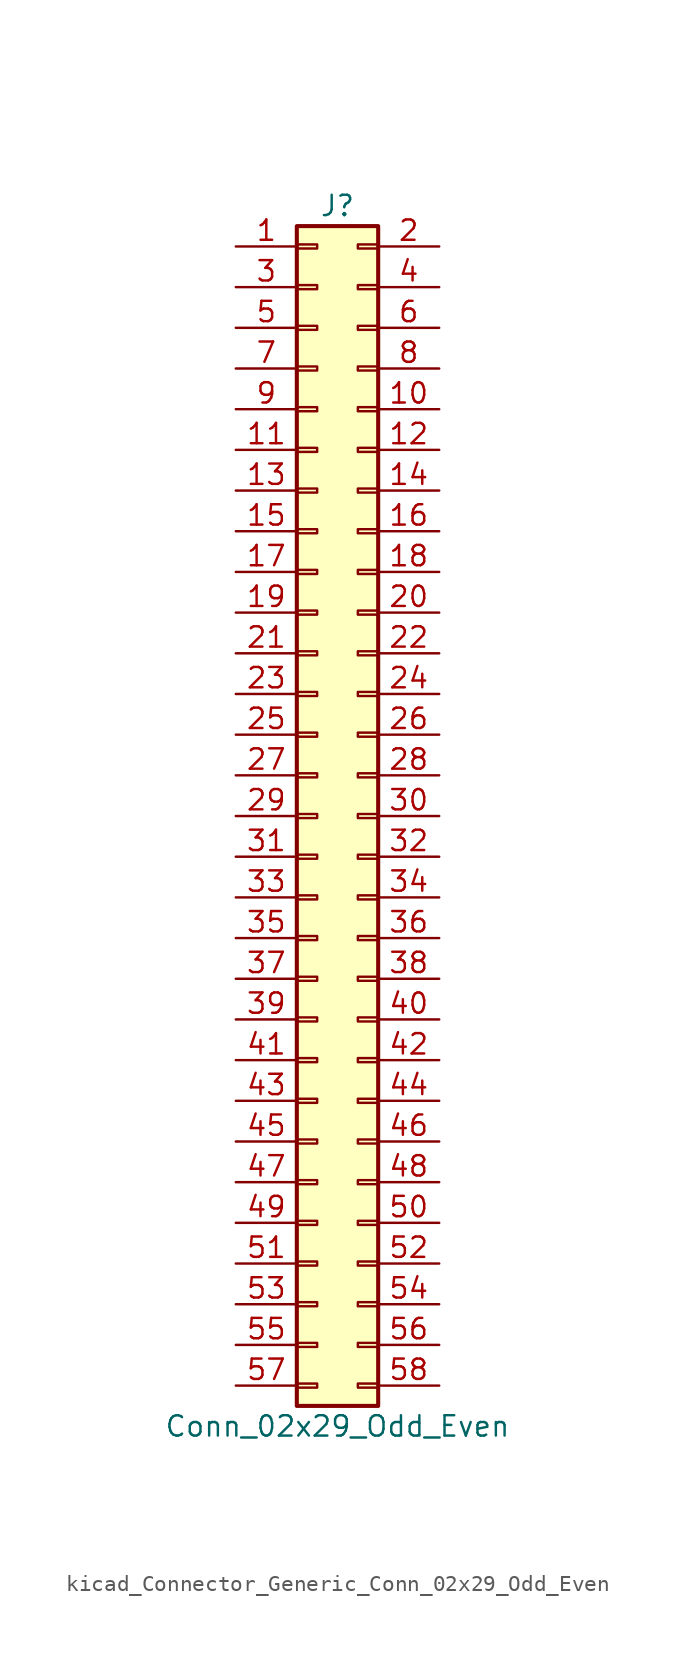
<source format=kicad_sym>
(kicad_symbol_lib
  (version 20220914)
  (generator kicad_symbol_editor)
  (symbol "kicad_Connector_Generic_Conn_02x29_Odd_Even"
    (pin_names
      (offset 1.016) hide)
    (property "Reference" "J"
      (at 1.27 38.1 0)
      (effects (font (size 1.27 1.27))))
    (property "Value" "Conn_02x29_Odd_Even"
      (at 1.27 -38.1 0)
      (effects (font (size 1.27 1.27))))
    (symbol "kicad_Connector_Generic_Conn_02x29_Odd_Even_1_1"
      (rectangle (start -1.27 -35.433) (end 0 -35.687) (stroke (width 0.152) (type default)) (fill (type none)))
      (rectangle (start -1.27 -32.893) (end 0 -33.147) (stroke (width 0.152) (type default)) (fill (type none)))
      (rectangle (start -1.27 -30.353) (end 0 -30.607) (stroke (width 0.152) (type default)) (fill (type none)))
      (rectangle (start -1.27 -27.813) (end 0 -28.067) (stroke (width 0.152) (type default)) (fill (type none)))
      (rectangle (start -1.27 -25.273) (end 0 -25.527) (stroke (width 0.152) (type default)) (fill (type none)))
      (rectangle (start -1.27 -22.733) (end 0 -22.987) (stroke (width 0.152) (type default)) (fill (type none)))
      (rectangle (start -1.27 -20.193) (end 0 -20.447) (stroke (width 0.152) (type default)) (fill (type none)))
      (rectangle (start -1.27 -17.653) (end 0 -17.907) (stroke (width 0.152) (type default)) (fill (type none)))
      (rectangle (start -1.27 -15.113) (end 0 -15.367) (stroke (width 0.152) (type default)) (fill (type none)))
      (rectangle (start -1.27 -12.573) (end 0 -12.827) (stroke (width 0.152) (type default)) (fill (type none)))
      (rectangle (start -1.27 -10.033) (end 0 -10.287) (stroke (width 0.152) (type default)) (fill (type none)))
      (rectangle (start -1.27 -7.493) (end 0 -7.747) (stroke (width 0.152) (type default)) (fill (type none)))
      (rectangle (start -1.27 -4.953) (end 0 -5.207) (stroke (width 0.152) (type default)) (fill (type none)))
      (rectangle (start -1.27 -2.413) (end 0 -2.667) (stroke (width 0.152) (type default)) (fill (type none)))
      (rectangle (start -1.27 0.127) (end 0 -0.127) (stroke (width 0.152) (type default)) (fill (type none)))
      (rectangle (start -1.27 2.667) (end 0 2.413) (stroke (width 0.152) (type default)) (fill (type none)))
      (rectangle (start -1.27 5.207) (end 0 4.953) (stroke (width 0.152) (type default)) (fill (type none)))
      (rectangle (start -1.27 7.747) (end 0 7.493) (stroke (width 0.152) (type default)) (fill (type none)))
      (rectangle (start -1.27 10.287) (end 0 10.033) (stroke (width 0.152) (type default)) (fill (type none)))
      (rectangle (start -1.27 12.827) (end 0 12.573) (stroke (width 0.152) (type default)) (fill (type none)))
      (rectangle (start -1.27 15.367) (end 0 15.113) (stroke (width 0.152) (type default)) (fill (type none)))
      (rectangle (start -1.27 17.907) (end 0 17.653) (stroke (width 0.152) (type default)) (fill (type none)))
      (rectangle (start -1.27 20.447) (end 0 20.193) (stroke (width 0.152) (type default)) (fill (type none)))
      (rectangle (start -1.27 22.987) (end 0 22.733) (stroke (width 0.152) (type default)) (fill (type none)))
      (rectangle (start -1.27 25.527) (end 0 25.273) (stroke (width 0.152) (type default)) (fill (type none)))
      (rectangle (start -1.27 28.067) (end 0 27.813) (stroke (width 0.152) (type default)) (fill (type none)))
      (rectangle (start -1.27 30.607) (end 0 30.353) (stroke (width 0.152) (type default)) (fill (type none)))
      (rectangle (start -1.27 33.147) (end 0 32.893) (stroke (width 0.152) (type default)) (fill (type none)))
      (rectangle (start -1.27 35.687) (end 0 35.433) (stroke (width 0.152) (type default)) (fill (type none)))
      (rectangle (start -1.27 36.83) (end 3.81 -36.83) (stroke (width 0.254) (type default)) (fill (type background)))
      (rectangle (start 3.81 -35.433) (end 2.54 -35.687) (stroke (width 0.152) (type default)) (fill (type none)))
      (rectangle (start 3.81 -32.893) (end 2.54 -33.147) (stroke (width 0.152) (type default)) (fill (type none)))
      (rectangle (start 3.81 -30.353) (end 2.54 -30.607) (stroke (width 0.152) (type default)) (fill (type none)))
      (rectangle (start 3.81 -27.813) (end 2.54 -28.067) (stroke (width 0.152) (type default)) (fill (type none)))
      (rectangle (start 3.81 -25.273) (end 2.54 -25.527) (stroke (width 0.152) (type default)) (fill (type none)))
      (rectangle (start 3.81 -22.733) (end 2.54 -22.987) (stroke (width 0.152) (type default)) (fill (type none)))
      (rectangle (start 3.81 -20.193) (end 2.54 -20.447) (stroke (width 0.152) (type default)) (fill (type none)))
      (rectangle (start 3.81 -17.653) (end 2.54 -17.907) (stroke (width 0.152) (type default)) (fill (type none)))
      (rectangle (start 3.81 -15.113) (end 2.54 -15.367) (stroke (width 0.152) (type default)) (fill (type none)))
      (rectangle (start 3.81 -12.573) (end 2.54 -12.827) (stroke (width 0.152) (type default)) (fill (type none)))
      (rectangle (start 3.81 -10.033) (end 2.54 -10.287) (stroke (width 0.152) (type default)) (fill (type none)))
      (rectangle (start 3.81 -7.493) (end 2.54 -7.747) (stroke (width 0.152) (type default)) (fill (type none)))
      (rectangle (start 3.81 -4.953) (end 2.54 -5.207) (stroke (width 0.152) (type default)) (fill (type none)))
      (rectangle (start 3.81 -2.413) (end 2.54 -2.667) (stroke (width 0.152) (type default)) (fill (type none)))
      (rectangle (start 3.81 0.127) (end 2.54 -0.127) (stroke (width 0.152) (type default)) (fill (type none)))
      (rectangle (start 3.81 2.667) (end 2.54 2.413) (stroke (width 0.152) (type default)) (fill (type none)))
      (rectangle (start 3.81 5.207) (end 2.54 4.953) (stroke (width 0.152) (type default)) (fill (type none)))
      (rectangle (start 3.81 7.747) (end 2.54 7.493) (stroke (width 0.152) (type default)) (fill (type none)))
      (rectangle (start 3.81 10.287) (end 2.54 10.033) (stroke (width 0.152) (type default)) (fill (type none)))
      (rectangle (start 3.81 12.827) (end 2.54 12.573) (stroke (width 0.152) (type default)) (fill (type none)))
      (rectangle (start 3.81 15.367) (end 2.54 15.113) (stroke (width 0.152) (type default)) (fill (type none)))
      (rectangle (start 3.81 17.907) (end 2.54 17.653) (stroke (width 0.152) (type default)) (fill (type none)))
      (rectangle (start 3.81 20.447) (end 2.54 20.193) (stroke (width 0.152) (type default)) (fill (type none)))
      (rectangle (start 3.81 22.987) (end 2.54 22.733) (stroke (width 0.152) (type default)) (fill (type none)))
      (rectangle (start 3.81 25.527) (end 2.54 25.273) (stroke (width 0.152) (type default)) (fill (type none)))
      (rectangle (start 3.81 28.067) (end 2.54 27.813) (stroke (width 0.152) (type default)) (fill (type none)))
      (rectangle (start 3.81 30.607) (end 2.54 30.353) (stroke (width 0.152) (type default)) (fill (type none)))
      (rectangle (start 3.81 33.147) (end 2.54 32.893) (stroke (width 0.152) (type default)) (fill (type none)))
      (rectangle (start 3.81 35.687) (end 2.54 35.433) (stroke (width 0.152) (type default)) (fill (type none)))
      (pin passive line (at -5.08 35.56 0) (length 3.81) (name "Pin_1" (effects (font (size 1.27 1.27)))) (number "1" (effects (font (size 1.27 1.27)))))
      (pin passive line (at 7.62 25.4 180) (length 3.81) (name "Pin_10" (effects (font (size 1.27 1.27)))) (number "10" (effects (font (size 1.27 1.27)))))
      (pin passive line (at -5.08 22.86 0) (length 3.81) (name "Pin_11" (effects (font (size 1.27 1.27)))) (number "11" (effects (font (size 1.27 1.27)))))
      (pin passive line (at 7.62 22.86 180) (length 3.81) (name "Pin_12" (effects (font (size 1.27 1.27)))) (number "12" (effects (font (size 1.27 1.27)))))
      (pin passive line (at -5.08 20.32 0) (length 3.81) (name "Pin_13" (effects (font (size 1.27 1.27)))) (number "13" (effects (font (size 1.27 1.27)))))
      (pin passive line (at 7.62 20.32 180) (length 3.81) (name "Pin_14" (effects (font (size 1.27 1.27)))) (number "14" (effects (font (size 1.27 1.27)))))
      (pin passive line (at -5.08 17.78 0) (length 3.81) (name "Pin_15" (effects (font (size 1.27 1.27)))) (number "15" (effects (font (size 1.27 1.27)))))
      (pin passive line (at 7.62 17.78 180) (length 3.81) (name "Pin_16" (effects (font (size 1.27 1.27)))) (number "16" (effects (font (size 1.27 1.27)))))
      (pin passive line (at -5.08 15.24 0) (length 3.81) (name "Pin_17" (effects (font (size 1.27 1.27)))) (number "17" (effects (font (size 1.27 1.27)))))
      (pin passive line (at 7.62 15.24 180) (length 3.81) (name "Pin_18" (effects (font (size 1.27 1.27)))) (number "18" (effects (font (size 1.27 1.27)))))
      (pin passive line (at -5.08 12.7 0) (length 3.81) (name "Pin_19" (effects (font (size 1.27 1.27)))) (number "19" (effects (font (size 1.27 1.27)))))
      (pin passive line (at 7.62 35.56 180) (length 3.81) (name "Pin_2" (effects (font (size 1.27 1.27)))) (number "2" (effects (font (size 1.27 1.27)))))
      (pin passive line (at 7.62 12.7 180) (length 3.81) (name "Pin_20" (effects (font (size 1.27 1.27)))) (number "20" (effects (font (size 1.27 1.27)))))
      (pin passive line (at -5.08 10.16 0) (length 3.81) (name "Pin_21" (effects (font (size 1.27 1.27)))) (number "21" (effects (font (size 1.27 1.27)))))
      (pin passive line (at 7.62 10.16 180) (length 3.81) (name "Pin_22" (effects (font (size 1.27 1.27)))) (number "22" (effects (font (size 1.27 1.27)))))
      (pin passive line (at -5.08 7.62 0) (length 3.81) (name "Pin_23" (effects (font (size 1.27 1.27)))) (number "23" (effects (font (size 1.27 1.27)))))
      (pin passive line (at 7.62 7.62 180) (length 3.81) (name "Pin_24" (effects (font (size 1.27 1.27)))) (number "24" (effects (font (size 1.27 1.27)))))
      (pin passive line (at -5.08 5.08 0) (length 3.81) (name "Pin_25" (effects (font (size 1.27 1.27)))) (number "25" (effects (font (size 1.27 1.27)))))
      (pin passive line (at 7.62 5.08 180) (length 3.81) (name "Pin_26" (effects (font (size 1.27 1.27)))) (number "26" (effects (font (size 1.27 1.27)))))
      (pin passive line (at -5.08 2.54 0) (length 3.81) (name "Pin_27" (effects (font (size 1.27 1.27)))) (number "27" (effects (font (size 1.27 1.27)))))
      (pin passive line (at 7.62 2.54 180) (length 3.81) (name "Pin_28" (effects (font (size 1.27 1.27)))) (number "28" (effects (font (size 1.27 1.27)))))
      (pin passive line (at -5.08 0 0) (length 3.81) (name "Pin_29" (effects (font (size 1.27 1.27)))) (number "29" (effects (font (size 1.27 1.27)))))
      (pin passive line (at -5.08 33.02 0) (length 3.81) (name "Pin_3" (effects (font (size 1.27 1.27)))) (number "3" (effects (font (size 1.27 1.27)))))
      (pin passive line (at 7.62 0 180) (length 3.81) (name "Pin_30" (effects (font (size 1.27 1.27)))) (number "30" (effects (font (size 1.27 1.27)))))
      (pin passive line (at -5.08 -2.54 0) (length 3.81) (name "Pin_31" (effects (font (size 1.27 1.27)))) (number "31" (effects (font (size 1.27 1.27)))))
      (pin passive line (at 7.62 -2.54 180) (length 3.81) (name "Pin_32" (effects (font (size 1.27 1.27)))) (number "32" (effects (font (size 1.27 1.27)))))
      (pin passive line (at -5.08 -5.08 0) (length 3.81) (name "Pin_33" (effects (font (size 1.27 1.27)))) (number "33" (effects (font (size 1.27 1.27)))))
      (pin passive line (at 7.62 -5.08 180) (length 3.81) (name "Pin_34" (effects (font (size 1.27 1.27)))) (number "34" (effects (font (size 1.27 1.27)))))
      (pin passive line (at -5.08 -7.62 0) (length 3.81) (name "Pin_35" (effects (font (size 1.27 1.27)))) (number "35" (effects (font (size 1.27 1.27)))))
      (pin passive line (at 7.62 -7.62 180) (length 3.81) (name "Pin_36" (effects (font (size 1.27 1.27)))) (number "36" (effects (font (size 1.27 1.27)))))
      (pin passive line (at -5.08 -10.16 0) (length 3.81) (name "Pin_37" (effects (font (size 1.27 1.27)))) (number "37" (effects (font (size 1.27 1.27)))))
      (pin passive line (at 7.62 -10.16 180) (length 3.81) (name "Pin_38" (effects (font (size 1.27 1.27)))) (number "38" (effects (font (size 1.27 1.27)))))
      (pin passive line (at -5.08 -12.7 0) (length 3.81) (name "Pin_39" (effects (font (size 1.27 1.27)))) (number "39" (effects (font (size 1.27 1.27)))))
      (pin passive line (at 7.62 33.02 180) (length 3.81) (name "Pin_4" (effects (font (size 1.27 1.27)))) (number "4" (effects (font (size 1.27 1.27)))))
      (pin passive line (at 7.62 -12.7 180) (length 3.81) (name "Pin_40" (effects (font (size 1.27 1.27)))) (number "40" (effects (font (size 1.27 1.27)))))
      (pin passive line (at -5.08 -15.24 0) (length 3.81) (name "Pin_41" (effects (font (size 1.27 1.27)))) (number "41" (effects (font (size 1.27 1.27)))))
      (pin passive line (at 7.62 -15.24 180) (length 3.81) (name "Pin_42" (effects (font (size 1.27 1.27)))) (number "42" (effects (font (size 1.27 1.27)))))
      (pin passive line (at -5.08 -17.78 0) (length 3.81) (name "Pin_43" (effects (font (size 1.27 1.27)))) (number "43" (effects (font (size 1.27 1.27)))))
      (pin passive line (at 7.62 -17.78 180) (length 3.81) (name "Pin_44" (effects (font (size 1.27 1.27)))) (number "44" (effects (font (size 1.27 1.27)))))
      (pin passive line (at -5.08 -20.32 0) (length 3.81) (name "Pin_45" (effects (font (size 1.27 1.27)))) (number "45" (effects (font (size 1.27 1.27)))))
      (pin passive line (at 7.62 -20.32 180) (length 3.81) (name "Pin_46" (effects (font (size 1.27 1.27)))) (number "46" (effects (font (size 1.27 1.27)))))
      (pin passive line (at -5.08 -22.86 0) (length 3.81) (name "Pin_47" (effects (font (size 1.27 1.27)))) (number "47" (effects (font (size 1.27 1.27)))))
      (pin passive line (at 7.62 -22.86 180) (length 3.81) (name "Pin_48" (effects (font (size 1.27 1.27)))) (number "48" (effects (font (size 1.27 1.27)))))
      (pin passive line (at -5.08 -25.4 0) (length 3.81) (name "Pin_49" (effects (font (size 1.27 1.27)))) (number "49" (effects (font (size 1.27 1.27)))))
      (pin passive line (at -5.08 30.48 0) (length 3.81) (name "Pin_5" (effects (font (size 1.27 1.27)))) (number "5" (effects (font (size 1.27 1.27)))))
      (pin passive line (at 7.62 -25.4 180) (length 3.81) (name "Pin_50" (effects (font (size 1.27 1.27)))) (number "50" (effects (font (size 1.27 1.27)))))
      (pin passive line (at -5.08 -27.94 0) (length 3.81) (name "Pin_51" (effects (font (size 1.27 1.27)))) (number "51" (effects (font (size 1.27 1.27)))))
      (pin passive line (at 7.62 -27.94 180) (length 3.81) (name "Pin_52" (effects (font (size 1.27 1.27)))) (number "52" (effects (font (size 1.27 1.27)))))
      (pin passive line (at -5.08 -30.48 0) (length 3.81) (name "Pin_53" (effects (font (size 1.27 1.27)))) (number "53" (effects (font (size 1.27 1.27)))))
      (pin passive line (at 7.62 -30.48 180) (length 3.81) (name "Pin_54" (effects (font (size 1.27 1.27)))) (number "54" (effects (font (size 1.27 1.27)))))
      (pin passive line (at -5.08 -33.02 0) (length 3.81) (name "Pin_55" (effects (font (size 1.27 1.27)))) (number "55" (effects (font (size 1.27 1.27)))))
      (pin passive line (at 7.62 -33.02 180) (length 3.81) (name "Pin_56" (effects (font (size 1.27 1.27)))) (number "56" (effects (font (size 1.27 1.27)))))
      (pin passive line (at -5.08 -35.56 0) (length 3.81) (name "Pin_57" (effects (font (size 1.27 1.27)))) (number "57" (effects (font (size 1.27 1.27)))))
      (pin passive line (at 7.62 -35.56 180) (length 3.81) (name "Pin_58" (effects (font (size 1.27 1.27)))) (number "58" (effects (font (size 1.27 1.27)))))
      (pin passive line (at 7.62 30.48 180) (length 3.81) (name "Pin_6" (effects (font (size 1.27 1.27)))) (number "6" (effects (font (size 1.27 1.27)))))
      (pin passive line (at -5.08 27.94 0) (length 3.81) (name "Pin_7" (effects (font (size 1.27 1.27)))) (number "7" (effects (font (size 1.27 1.27)))))
      (pin passive line (at 7.62 27.94 180) (length 3.81) (name "Pin_8" (effects (font (size 1.27 1.27)))) (number "8" (effects (font (size 1.27 1.27)))))
      (pin passive line (at -5.08 25.4 0) (length 3.81) (name "Pin_9" (effects (font (size 1.27 1.27)))) (number "9" (effects (font (size 1.27 1.27))))))))
</source>
